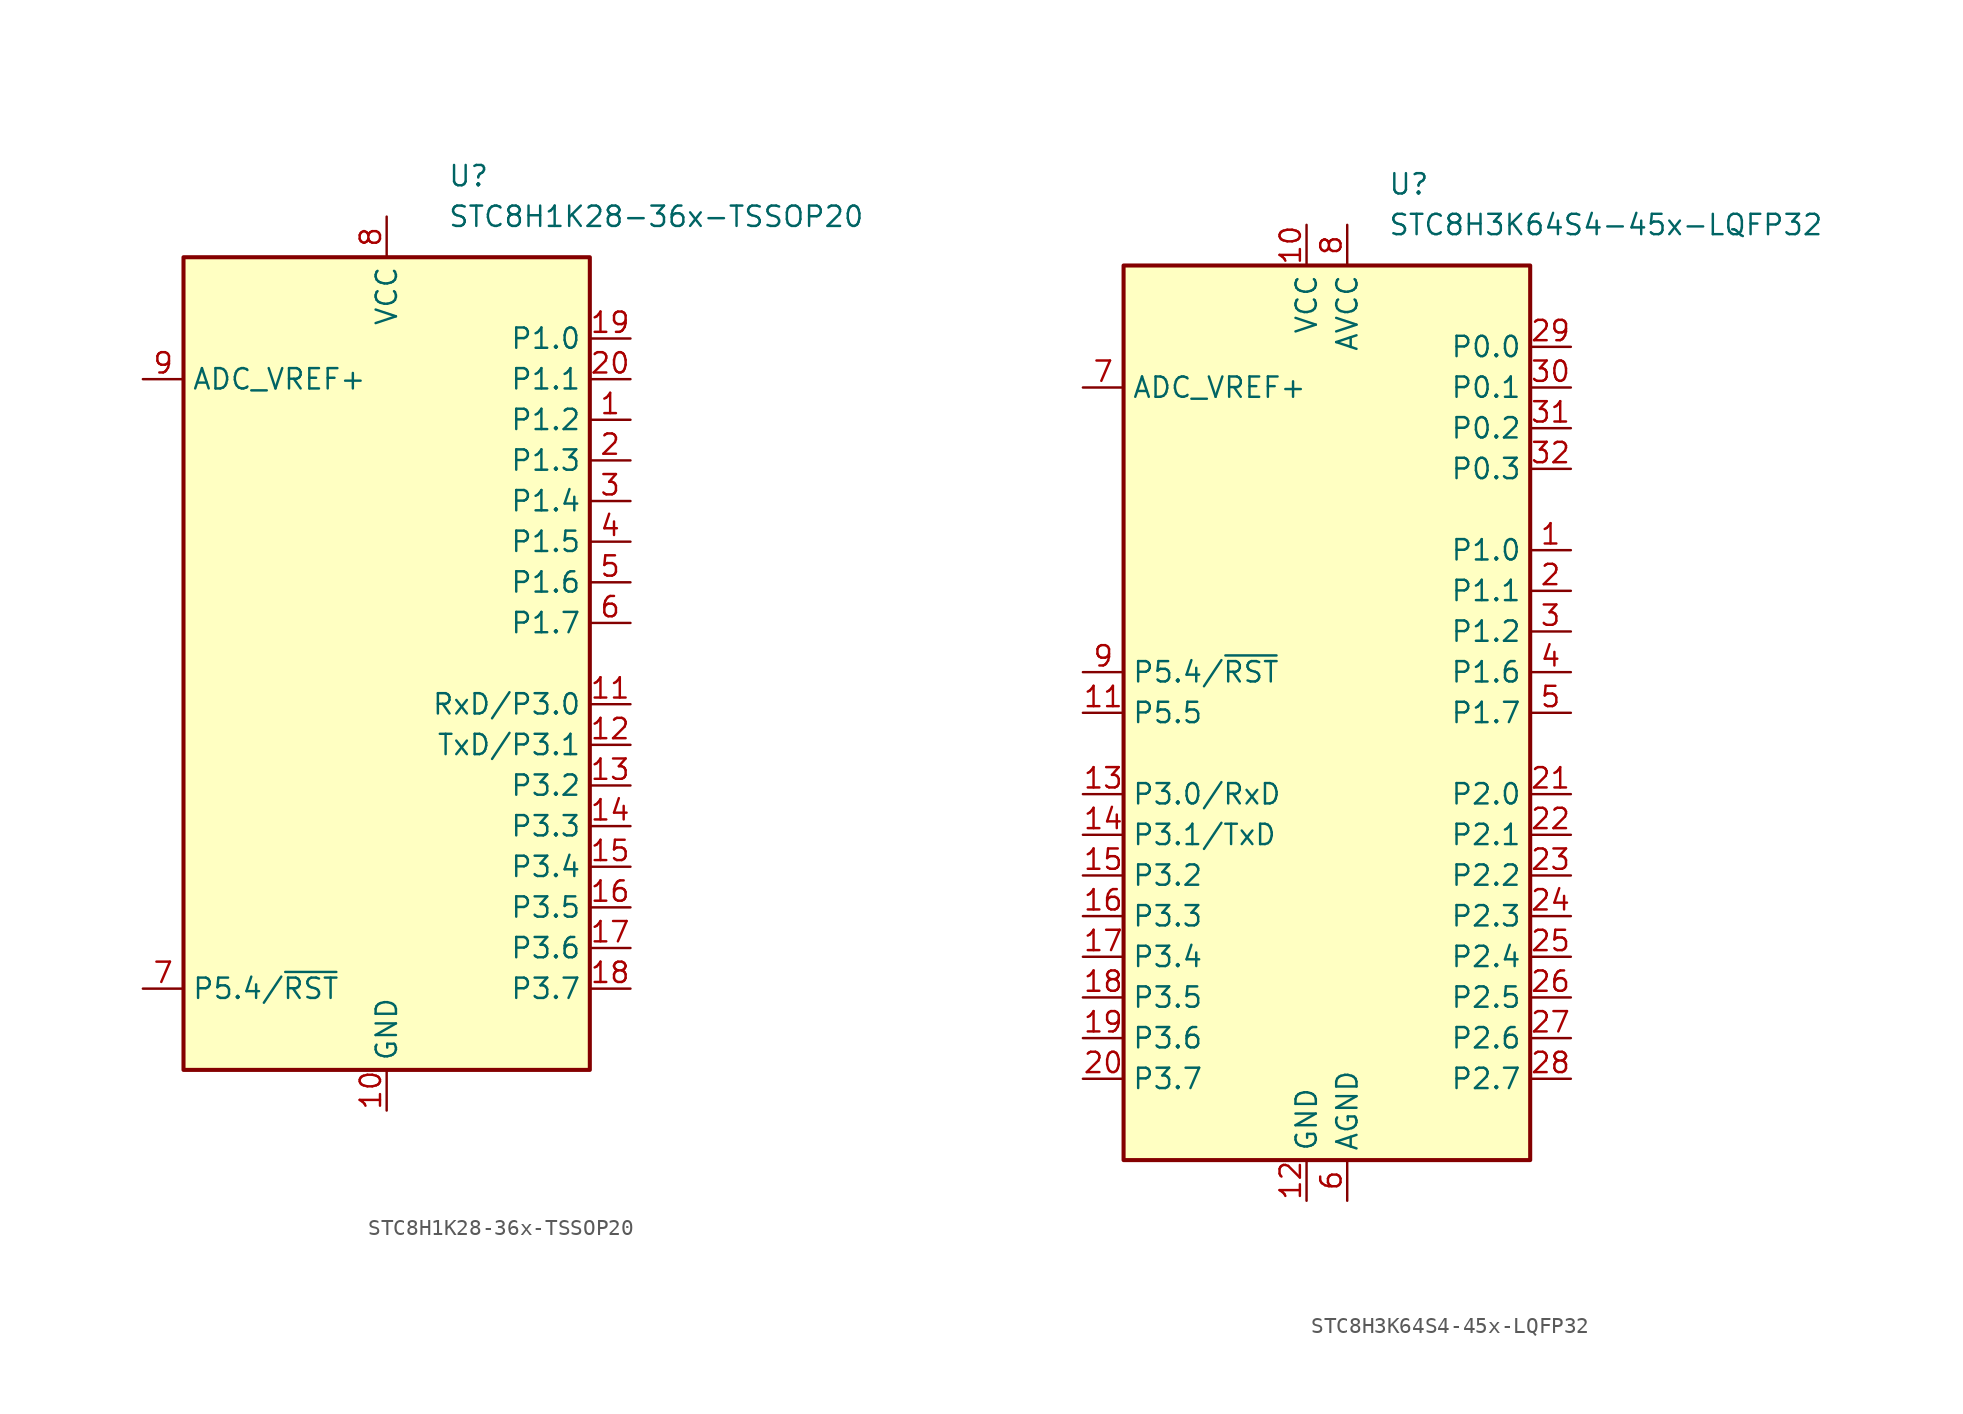
<source format=kicad_sym>
(kicad_symbol_lib
  (version 20211014)
  (generator kicad_symbol_editor)
  (symbol "STC8H1K28-36x-TSSOP20"
    (property "Reference" "U"
      (at 3.81 33.02 0)
      (effects (font (size 1.27 1.27)) (justify left)))
    (property "Value" "STC8H1K28-36x-TSSOP20"
      (at 3.81 30.48 0)
      (effects (font (size 1.27 1.27)) (justify left)))
    (symbol "STC8H1K28-36x-TSSOP20_0_1"
      (rectangle (start -12.7 27.94) (end 12.7 -22.86) (stroke (width 0.254) (type default) (color 0 0 0 0)) (fill (type background))))
    (symbol "STC8H1K28-36x-TSSOP20_1_1"
      (pin bidirectional line (at 15.24 17.78 180) (length 2.54) (name "P1.2" (effects (font (size 1.27 1.27)))) (number "1" (effects (font (size 1.27 1.27)))))
      (pin power_in line (at 0 -25.4 90) (length 2.54) (name "GND" (effects (font (size 1.27 1.27)))) (number "10" (effects (font (size 1.27 1.27)))))
      (pin bidirectional line (at 15.24 0 180) (length 2.54) (name "RxD/P3.0" (effects (font (size 1.27 1.27)))) (number "11" (effects (font (size 1.27 1.27)))))
      (pin bidirectional line (at 15.24 -2.54 180) (length 2.54) (name "TxD/P3.1" (effects (font (size 1.27 1.27)))) (number "12" (effects (font (size 1.27 1.27)))))
      (pin bidirectional line (at 15.24 -5.08 180) (length 2.54) (name "P3.2" (effects (font (size 1.27 1.27)))) (number "13" (effects (font (size 1.27 1.27)))))
      (pin bidirectional line (at 15.24 -7.62 180) (length 2.54) (name "P3.3" (effects (font (size 1.27 1.27)))) (number "14" (effects (font (size 1.27 1.27)))))
      (pin bidirectional line (at 15.24 -10.16 180) (length 2.54) (name "P3.4" (effects (font (size 1.27 1.27)))) (number "15" (effects (font (size 1.27 1.27)))))
      (pin bidirectional line (at 15.24 -12.7 180) (length 2.54) (name "P3.5" (effects (font (size 1.27 1.27)))) (number "16" (effects (font (size 1.27 1.27)))))
      (pin bidirectional line (at 15.24 -15.24 180) (length 2.54) (name "P3.6" (effects (font (size 1.27 1.27)))) (number "17" (effects (font (size 1.27 1.27)))))
      (pin bidirectional line (at 15.24 -17.78 180) (length 2.54) (name "P3.7" (effects (font (size 1.27 1.27)))) (number "18" (effects (font (size 1.27 1.27)))))
      (pin bidirectional line (at 15.24 22.86 180) (length 2.54) (name "P1.0" (effects (font (size 1.27 1.27)))) (number "19" (effects (font (size 1.27 1.27)))))
      (pin bidirectional line (at 15.24 15.24 180) (length 2.54) (name "P1.3" (effects (font (size 1.27 1.27)))) (number "2" (effects (font (size 1.27 1.27)))))
      (pin bidirectional line (at 15.24 20.32 180) (length 2.54) (name "P1.1" (effects (font (size 1.27 1.27)))) (number "20" (effects (font (size 1.27 1.27)))))
      (pin bidirectional line (at 15.24 12.7 180) (length 2.54) (name "P1.4" (effects (font (size 1.27 1.27)))) (number "3" (effects (font (size 1.27 1.27)))))
      (pin bidirectional line (at 15.24 10.16 180) (length 2.54) (name "P1.5" (effects (font (size 1.27 1.27)))) (number "4" (effects (font (size 1.27 1.27)))))
      (pin bidirectional line (at 15.24 7.62 180) (length 2.54) (name "P1.6" (effects (font (size 1.27 1.27)))) (number "5" (effects (font (size 1.27 1.27)))))
      (pin bidirectional line (at 15.24 5.08 180) (length 2.54) (name "P1.7" (effects (font (size 1.27 1.27)))) (number "6" (effects (font (size 1.27 1.27)))))
      (pin bidirectional line (at -15.24 -17.78 0) (length 2.54) (name "P5.4/~{RST}" (effects (font (size 1.27 1.27)))) (number "7" (effects (font (size 1.27 1.27)))))
      (pin power_in line (at 0 30.48 270) (length 2.54) (name "VCC" (effects (font (size 1.27 1.27)))) (number "8" (effects (font (size 1.27 1.27)))))
      (pin power_in line (at -15.24 20.32 0) (length 2.54) (name "ADC_VREF+" (effects (font (size 1.27 1.27)))) (number "9" (effects (font (size 1.27 1.27)))))))
  (symbol "STC8H3K64S4-45x-LQFP32"
    (property "Reference" "U"
      (at 3.81 33.02 0)
      (effects (font (size 1.27 1.27)) (justify left)))
    (property "Value" "STC8H3K64S4-45x-LQFP32"
      (at 3.81 30.48 0)
      (effects (font (size 1.27 1.27)) (justify left)))
    (symbol "STC8H3K64S4-45x-LQFP32_0_1"
      (rectangle (start -12.7 27.94) (end 12.7 -27.94) (stroke (width 0.254) (type default) (color 0 0 0 0)) (fill (type background))))
    (symbol "STC8H3K64S4-45x-LQFP32_1_1"
      (pin bidirectional line (at 15.24 10.16 180) (length 2.54) (name "P1.0" (effects (font (size 1.27 1.27)))) (number "1" (effects (font (size 1.27 1.27)))))
      (pin power_in line (at -1.27 30.48 270) (length 2.54) (name "VCC" (effects (font (size 1.27 1.27)))) (number "10" (effects (font (size 1.27 1.27)))))
      (pin bidirectional line (at -15.24 0 0) (length 2.54) (name "P5.5" (effects (font (size 1.27 1.27)))) (number "11" (effects (font (size 1.27 1.27)))))
      (pin power_in line (at -1.27 -30.48 90) (length 2.54) (name "GND" (effects (font (size 1.27 1.27)))) (number "12" (effects (font (size 1.27 1.27)))))
      (pin bidirectional line (at -15.24 -5.08 0) (length 2.54) (name "P3.0/RxD" (effects (font (size 1.27 1.27)))) (number "13" (effects (font (size 1.27 1.27)))))
      (pin bidirectional line (at -15.24 -7.62 0) (length 2.54) (name "P3.1/TxD" (effects (font (size 1.27 1.27)))) (number "14" (effects (font (size 1.27 1.27)))))
      (pin bidirectional line (at -15.24 -10.16 0) (length 2.54) (name "P3.2" (effects (font (size 1.27 1.27)))) (number "15" (effects (font (size 1.27 1.27)))))
      (pin bidirectional line (at -15.24 -12.7 0) (length 2.54) (name "P3.3" (effects (font (size 1.27 1.27)))) (number "16" (effects (font (size 1.27 1.27)))))
      (pin bidirectional line (at -15.24 -15.24 0) (length 2.54) (name "P3.4" (effects (font (size 1.27 1.27)))) (number "17" (effects (font (size 1.27 1.27)))))
      (pin bidirectional line (at -15.24 -17.78 0) (length 2.54) (name "P3.5" (effects (font (size 1.27 1.27)))) (number "18" (effects (font (size 1.27 1.27)))))
      (pin bidirectional line (at -15.24 -20.32 0) (length 2.54) (name "P3.6" (effects (font (size 1.27 1.27)))) (number "19" (effects (font (size 1.27 1.27)))))
      (pin bidirectional line (at 15.24 7.62 180) (length 2.54) (name "P1.1" (effects (font (size 1.27 1.27)))) (number "2" (effects (font (size 1.27 1.27)))))
      (pin bidirectional line (at -15.24 -22.86 0) (length 2.54) (name "P3.7" (effects (font (size 1.27 1.27)))) (number "20" (effects (font (size 1.27 1.27)))))
      (pin bidirectional line (at 15.24 -5.08 180) (length 2.54) (name "P2.0" (effects (font (size 1.27 1.27)))) (number "21" (effects (font (size 1.27 1.27)))))
      (pin bidirectional line (at 15.24 -7.62 180) (length 2.54) (name "P2.1" (effects (font (size 1.27 1.27)))) (number "22" (effects (font (size 1.27 1.27)))))
      (pin bidirectional line (at 15.24 -10.16 180) (length 2.54) (name "P2.2" (effects (font (size 1.27 1.27)))) (number "23" (effects (font (size 1.27 1.27)))))
      (pin bidirectional line (at 15.24 -12.7 180) (length 2.54) (name "P2.3" (effects (font (size 1.27 1.27)))) (number "24" (effects (font (size 1.27 1.27)))))
      (pin bidirectional line (at 15.24 -15.24 180) (length 2.54) (name "P2.4" (effects (font (size 1.27 1.27)))) (number "25" (effects (font (size 1.27 1.27)))))
      (pin bidirectional line (at 15.24 -17.78 180) (length 2.54) (name "P2.5" (effects (font (size 1.27 1.27)))) (number "26" (effects (font (size 1.27 1.27)))))
      (pin bidirectional line (at 15.24 -20.32 180) (length 2.54) (name "P2.6" (effects (font (size 1.27 1.27)))) (number "27" (effects (font (size 1.27 1.27)))))
      (pin bidirectional line (at 15.24 -22.86 180) (length 2.54) (name "P2.7" (effects (font (size 1.27 1.27)))) (number "28" (effects (font (size 1.27 1.27)))))
      (pin bidirectional line (at 15.24 22.86 180) (length 2.54) (name "P0.0" (effects (font (size 1.27 1.27)))) (number "29" (effects (font (size 1.27 1.27)))))
      (pin bidirectional line (at 15.24 5.08 180) (length 2.54) (name "P1.2" (effects (font (size 1.27 1.27)))) (number "3" (effects (font (size 1.27 1.27)))))
      (pin bidirectional line (at 15.24 20.32 180) (length 2.54) (name "P0.1" (effects (font (size 1.27 1.27)))) (number "30" (effects (font (size 1.27 1.27)))))
      (pin bidirectional line (at 15.24 17.78 180) (length 2.54) (name "P0.2" (effects (font (size 1.27 1.27)))) (number "31" (effects (font (size 1.27 1.27)))))
      (pin bidirectional line (at 15.24 15.24 180) (length 2.54) (name "P0.3" (effects (font (size 1.27 1.27)))) (number "32" (effects (font (size 1.27 1.27)))))
      (pin bidirectional line (at 15.24 2.54 180) (length 2.54) (name "P1.6" (effects (font (size 1.27 1.27)))) (number "4" (effects (font (size 1.27 1.27)))))
      (pin bidirectional line (at 15.24 0 180) (length 2.54) (name "P1.7" (effects (font (size 1.27 1.27)))) (number "5" (effects (font (size 1.27 1.27)))))
      (pin power_in line (at 1.27 -30.48 90) (length 2.54) (name "AGND" (effects (font (size 1.27 1.27)))) (number "6" (effects (font (size 1.27 1.27)))))
      (pin power_in line (at -15.24 20.32 0) (length 2.54) (name "ADC_VREF+" (effects (font (size 1.27 1.27)))) (number "7" (effects (font (size 1.27 1.27)))))
      (pin power_in line (at 1.27 30.48 270) (length 2.54) (name "AVCC" (effects (font (size 1.27 1.27)))) (number "8" (effects (font (size 1.27 1.27)))))
      (pin bidirectional line (at -15.24 2.54 0) (length 2.54) (name "P5.4/~{RST}" (effects (font (size 1.27 1.27)))) (number "9" (effects (font (size 1.27 1.27))))))))
</source>
